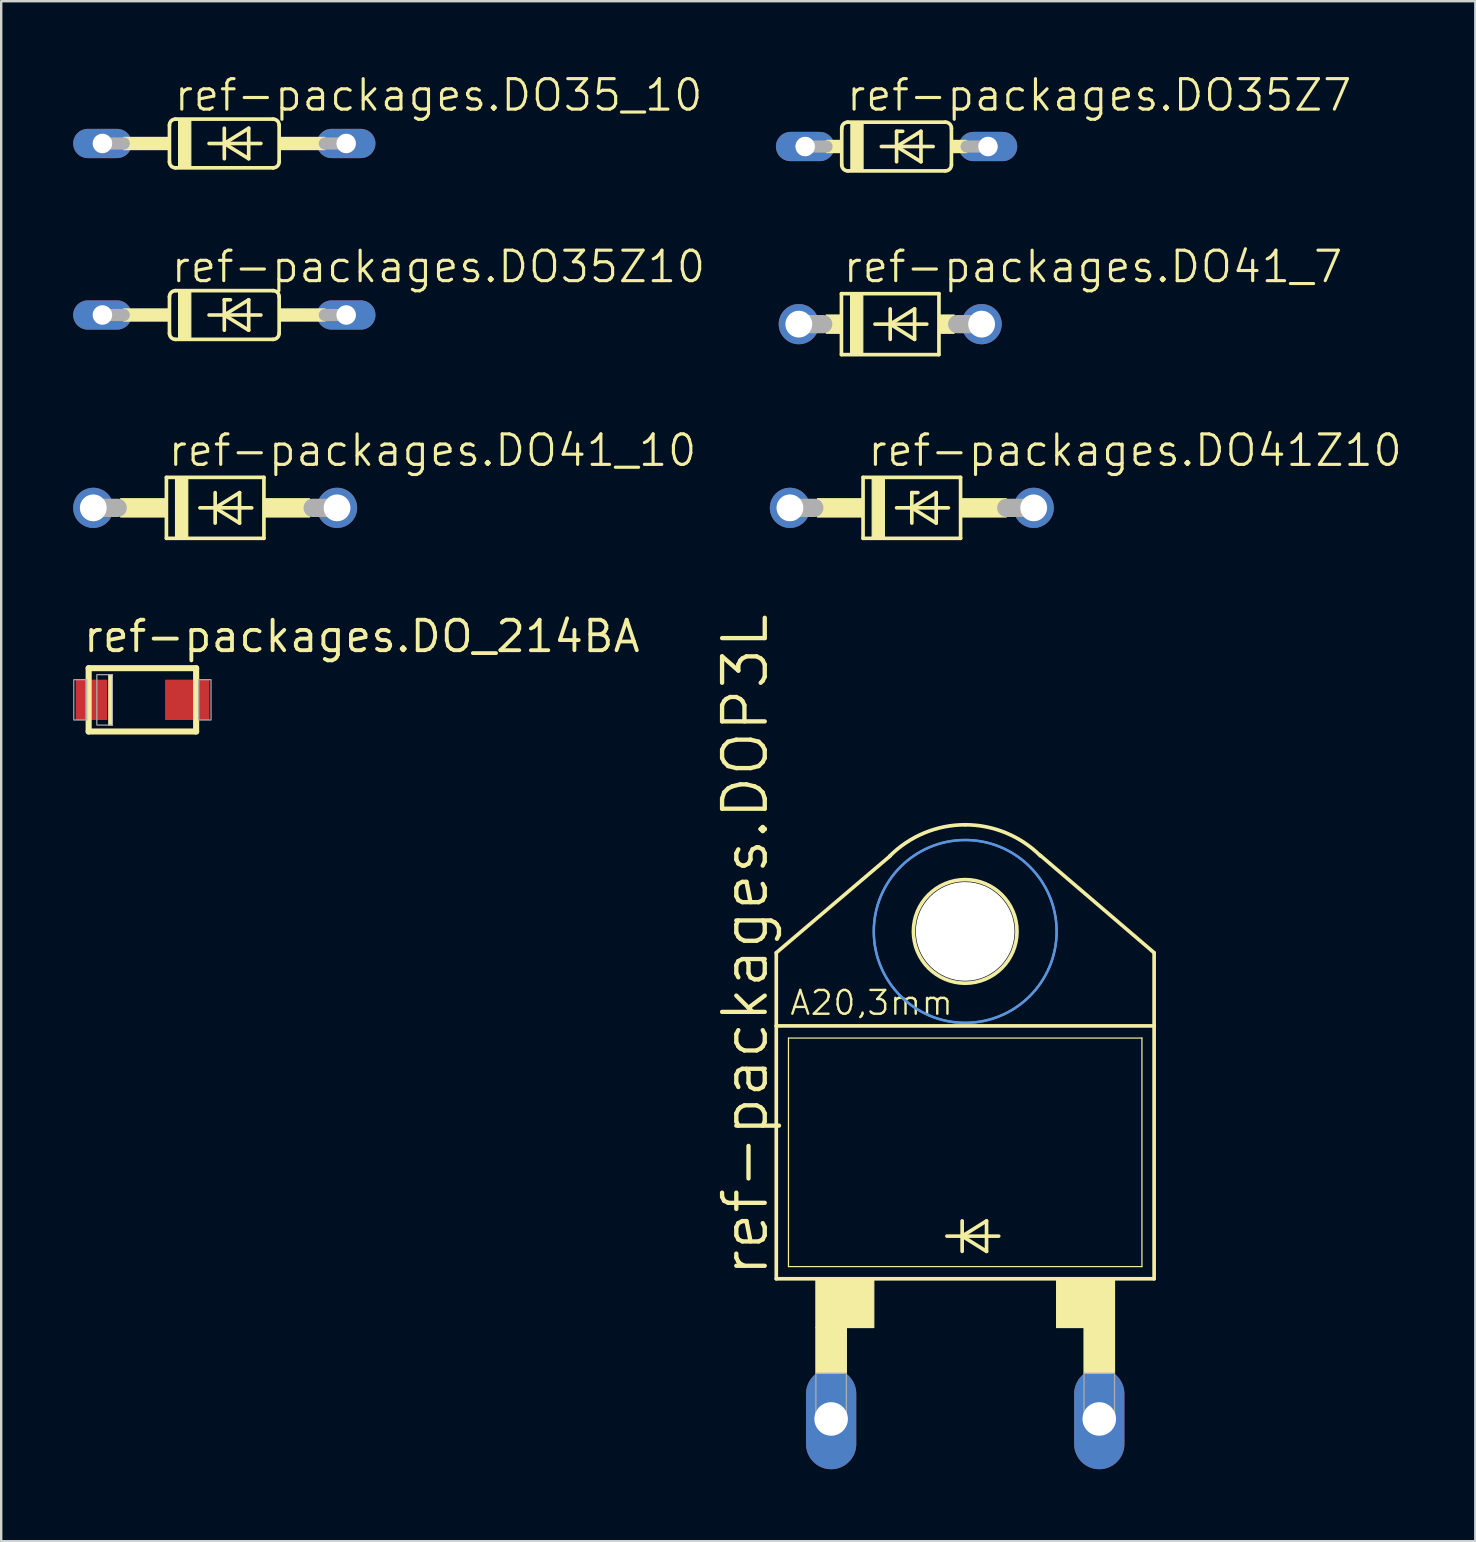
<source format=kicad_pcb>
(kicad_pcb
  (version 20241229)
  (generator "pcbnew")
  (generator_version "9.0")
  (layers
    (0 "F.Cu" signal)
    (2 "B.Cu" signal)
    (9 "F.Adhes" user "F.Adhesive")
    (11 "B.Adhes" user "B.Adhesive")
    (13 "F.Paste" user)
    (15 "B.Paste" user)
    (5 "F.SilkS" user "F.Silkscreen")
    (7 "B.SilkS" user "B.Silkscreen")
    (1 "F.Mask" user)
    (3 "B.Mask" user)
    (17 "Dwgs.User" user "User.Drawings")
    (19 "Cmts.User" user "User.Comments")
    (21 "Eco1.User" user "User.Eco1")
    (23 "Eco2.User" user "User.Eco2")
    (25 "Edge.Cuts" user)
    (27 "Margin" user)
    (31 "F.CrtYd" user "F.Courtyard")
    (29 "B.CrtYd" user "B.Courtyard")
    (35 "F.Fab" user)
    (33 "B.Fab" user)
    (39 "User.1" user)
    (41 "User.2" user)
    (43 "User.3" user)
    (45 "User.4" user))
  (footprint "ref-packages.DO35Z7"
    (layer "F.Cu")
    (at 34.319 3.057)
    (property "Reference" "ref-packages.DO35Z7" (at -2.159 -1.397 0) (layer "F.SilkS") (effects (font (size 1.27 1.27) (thickness 0.13)) (justify left bottom)))
    (attr through_hole)
    (fp_line (start -2.286 -0.762) (end -2.286 0.762) (stroke (width 0.152) (type default)) (layer "F.SilkS"))
    (fp_line (start -2.032 -1.016) (end 2.032 -1.016) (stroke (width 0.152) (type default)) (layer "F.SilkS"))
    (fp_line (start -2.032 1.016) (end 2.032 1.016) (stroke (width 0.152) (type default)) (layer "F.SilkS"))
    (fp_line (start -0.635 0) (end 0 0) (stroke (width 0.152) (type default)) (layer "F.SilkS"))
    (fp_line (start 0 -0.635) (end 0 0) (stroke (width 0.152) (type default)) (layer "F.SilkS"))
    (fp_line (start 0 0) (end 0 0.635) (stroke (width 0.152) (type default)) (layer "F.SilkS"))
    (fp_line (start 0 0) (end 1.016 -0.635) (stroke (width 0.152) (type default)) (layer "F.SilkS"))
    (fp_line (start 0 0) (end 1.524 0) (stroke (width 0.152) (type default)) (layer "F.SilkS"))
    (fp_line (start 0.254 -0.635) (end 0 -0.635) (stroke (width 0.152) (type default)) (layer "F.SilkS"))
    (fp_line (start 1.016 -0.635) (end 1.016 0.635) (stroke (width 0.152) (type default)) (layer "F.SilkS"))
    (fp_line (start 1.016 0.635) (end 0 0) (stroke (width 0.152) (type default)) (layer "F.SilkS"))
    (fp_line (start 2.286 -0.762) (end 2.286 0.762) (stroke (width 0.152) (type default)) (layer "F.SilkS"))
    (fp_rect (start -2.921 0.254) (end -2.286 -0.254) (stroke (width 0.05) (type default)) (fill yes) (layer "F.SilkS"))
    (fp_rect (start -1.905 1.016) (end -1.397 -1.016) (stroke (width 0.05) (type default)) (fill yes) (layer "F.SilkS"))
    (fp_rect (start 2.286 0.254) (end 2.921 -0.254) (stroke (width 0.05) (type default)) (fill yes) (layer "F.SilkS"))
    (fp_arc (start -2.286 -0.762) (mid -2.211605 -0.941605) (end -2.032 -1.016) (stroke (width 0.1524) (type default)) (layer "F.SilkS"))
    (fp_arc (start -2.032 1.016) (mid -2.211605 0.941605) (end -2.286 0.762) (stroke (width 0.1524) (type default)) (layer "F.SilkS"))
    (fp_arc (start 2.032 -1.016) (mid 2.211605 -0.941605) (end 2.286 -0.762) (stroke (width 0.1524) (type default)) (layer "F.SilkS"))
    (fp_arc (start 2.286 0.762) (mid 2.211605 0.941605) (end 2.032 1.016) (stroke (width 0.1524) (type default)) (layer "F.SilkS"))
    (fp_line (start -3.81 0) (end -2.921 0) (stroke (width 0.508) (type default)) (layer "F.Fab"))
    (fp_line (start 3.81 0) (end 2.921 0) (stroke (width 0.508) (type default)) (layer "F.Fab"))
    (pad "A" thru_hole oval (at 3.81 0) (size 2.438 1.219) (drill 0.813) (layers "*.Cu" "*.Mask"))
    (pad "C" thru_hole oval (at -3.81 0) (size 2.438 1.219) (drill 0.813) (layers "*.Cu" "*.Mask")))
  (footprint "ref-packages.DO41_7"
    (layer "F.Cu")
    (at 34.053 10.46)
    (property "Reference" "ref-packages.DO41_7" (at -2.032 -1.651 0) (layer "F.SilkS") (effects (font (size 1.27 1.27) (thickness 0.13)) (justify left bottom)))
    (attr through_hole)
    (fp_line (start -2.032 -1.27) (end -2.032 1.27) (stroke (width 0.152) (type default)) (layer "F.SilkS"))
    (fp_line (start -2.032 -1.27) (end 2.032 -1.27) (stroke (width 0.152) (type default)) (layer "F.SilkS"))
    (fp_line (start -0.635 0) (end 0 0) (stroke (width 0.152) (type default)) (layer "F.SilkS"))
    (fp_line (start 0 -0.635) (end 0 0) (stroke (width 0.152) (type default)) (layer "F.SilkS"))
    (fp_line (start 0 0) (end 0 0.635) (stroke (width 0.152) (type default)) (layer "F.SilkS"))
    (fp_line (start 0 0) (end 1.016 -0.635) (stroke (width 0.152) (type default)) (layer "F.SilkS"))
    (fp_line (start 0 0) (end 1.524 0) (stroke (width 0.152) (type default)) (layer "F.SilkS"))
    (fp_line (start 1.016 -0.635) (end 1.016 0.635) (stroke (width 0.152) (type default)) (layer "F.SilkS"))
    (fp_line (start 1.016 0.635) (end 0 0) (stroke (width 0.152) (type default)) (layer "F.SilkS"))
    (fp_line (start 2.032 1.27) (end -2.032 1.27) (stroke (width 0.152) (type default)) (layer "F.SilkS"))
    (fp_line (start 2.032 1.27) (end 2.032 -1.27) (stroke (width 0.152) (type default)) (layer "F.SilkS"))
    (fp_rect (start -2.667 0.381) (end -2.032 -0.381) (stroke (width 0.05) (type default)) (fill yes) (layer "F.SilkS"))
    (fp_rect (start -1.651 1.27) (end -1.143 -1.27) (stroke (width 0.05) (type default)) (fill yes) (layer "F.SilkS"))
    (fp_rect (start 2.032 0.381) (end 2.667 -0.381) (stroke (width 0.05) (type default)) (fill yes) (layer "F.SilkS"))
    (fp_line (start -3.81 0) (end -2.794 0) (stroke (width 0.762) (type default)) (layer "F.Fab"))
    (fp_line (start 3.81 0) (end 2.794 0) (stroke (width 0.762) (type default)) (layer "F.Fab"))
    (pad "A" thru_hole circle (at 3.81 0) (size 1.676 1.676) (drill 1.118) (layers "*.Cu" "*.Mask"))
    (pad "C" thru_hole circle (at -3.81 0) (size 1.676 1.676) (drill 1.118) (layers "*.Cu" "*.Mask")))
  (footprint "ref-packages.DO35Z10"
    (layer "F.Cu")
    (at 6.299 10.079)
    (property "Reference" "ref-packages.DO35Z10" (at -2.286 -1.27 0) (layer "F.SilkS") (effects (font (size 1.27 1.27) (thickness 0.13)) (justify left bottom)))
    (attr through_hole)
    (fp_line (start -2.286 -0.762) (end -2.286 0.762) (stroke (width 0.152) (type default)) (layer "F.SilkS"))
    (fp_line (start -2.032 -1.016) (end 2.032 -1.016) (stroke (width 0.152) (type default)) (layer "F.SilkS"))
    (fp_line (start -2.032 1.016) (end 2.032 1.016) (stroke (width 0.152) (type default)) (layer "F.SilkS"))
    (fp_line (start -0.635 0) (end 0 0) (stroke (width 0.152) (type default)) (layer "F.SilkS"))
    (fp_line (start 0 -0.635) (end 0 0) (stroke (width 0.152) (type default)) (layer "F.SilkS"))
    (fp_line (start 0 0) (end 0 0.635) (stroke (width 0.152) (type default)) (layer "F.SilkS"))
    (fp_line (start 0 0) (end 1.016 -0.635) (stroke (width 0.152) (type default)) (layer "F.SilkS"))
    (fp_line (start 0 0) (end 1.524 0) (stroke (width 0.152) (type default)) (layer "F.SilkS"))
    (fp_line (start 0.254 -0.635) (end 0 -0.635) (stroke (width 0.152) (type default)) (layer "F.SilkS"))
    (fp_line (start 1.016 -0.635) (end 1.016 0.635) (stroke (width 0.152) (type default)) (layer "F.SilkS"))
    (fp_line (start 1.016 0.635) (end 0 0) (stroke (width 0.152) (type default)) (layer "F.SilkS"))
    (fp_line (start 2.286 -0.762) (end 2.286 0.762) (stroke (width 0.152) (type default)) (layer "F.SilkS"))
    (fp_rect (start -4.191 0.254) (end -2.286 -0.254) (stroke (width 0.05) (type default)) (fill yes) (layer "F.SilkS"))
    (fp_rect (start -1.905 1.016) (end -1.397 -1.016) (stroke (width 0.05) (type default)) (fill yes) (layer "F.SilkS"))
    (fp_rect (start 2.286 0.254) (end 4.191 -0.254) (stroke (width 0.05) (type default)) (fill yes) (layer "F.SilkS"))
    (fp_arc (start -2.286 -0.762) (mid -2.211605 -0.941605) (end -2.032 -1.016) (stroke (width 0.1524) (type default)) (layer "F.SilkS"))
    (fp_arc (start -2.032 1.016) (mid -2.211605 0.941605) (end -2.286 0.762) (stroke (width 0.1524) (type default)) (layer "F.SilkS"))
    (fp_arc (start 2.032 -1.016) (mid 2.211605 -0.941605) (end 2.286 -0.762) (stroke (width 0.1524) (type default)) (layer "F.SilkS"))
    (fp_arc (start 2.286 0.762) (mid 2.211605 0.941605) (end 2.032 1.016) (stroke (width 0.1524) (type default)) (layer "F.SilkS"))
    (fp_line (start -5.08 0) (end -4.191 0) (stroke (width 0.508) (type default)) (layer "F.Fab"))
    (fp_line (start 5.08 0) (end 4.191 0) (stroke (width 0.508) (type default)) (layer "F.Fab"))
    (pad "A" thru_hole oval (at 5.08 0) (size 2.438 1.219) (drill 0.813) (layers "*.Cu" "*.Mask"))
    (pad "C" thru_hole oval (at -5.08 0) (size 2.438 1.219) (drill 0.813) (layers "*.Cu" "*.Mask")))
  (footprint "ref-packages.DO41Z10"
    (layer "F.Cu")
    (at 34.954 18.117)
    (property "Reference" "ref-packages.DO41Z10" (at -1.905 -1.651 0) (layer "F.SilkS") (effects (font (size 1.27 1.27) (thickness 0.13)) (justify left bottom)))
    (attr through_hole)
    (fp_line (start -2.032 -1.27) (end -2.032 1.27) (stroke (width 0.152) (type default)) (layer "F.SilkS"))
    (fp_line (start -2.032 -1.27) (end 2.032 -1.27) (stroke (width 0.152) (type default)) (layer "F.SilkS"))
    (fp_line (start -0.635 0) (end 0 0) (stroke (width 0.152) (type default)) (layer "F.SilkS"))
    (fp_line (start 0 -0.635) (end 0 0) (stroke (width 0.152) (type default)) (layer "F.SilkS"))
    (fp_line (start 0 0) (end 0 0.635) (stroke (width 0.152) (type default)) (layer "F.SilkS"))
    (fp_line (start 0 0) (end 1.016 -0.635) (stroke (width 0.152) (type default)) (layer "F.SilkS"))
    (fp_line (start 0 0) (end 1.524 0) (stroke (width 0.152) (type default)) (layer "F.SilkS"))
    (fp_line (start 0.254 -0.635) (end 0 -0.635) (stroke (width 0.152) (type default)) (layer "F.SilkS"))
    (fp_line (start 1.016 -0.635) (end 1.016 0.635) (stroke (width 0.152) (type default)) (layer "F.SilkS"))
    (fp_line (start 1.016 0.635) (end 0 0) (stroke (width 0.152) (type default)) (layer "F.SilkS"))
    (fp_line (start 2.032 1.27) (end -2.032 1.27) (stroke (width 0.152) (type default)) (layer "F.SilkS"))
    (fp_line (start 2.032 1.27) (end 2.032 -1.27) (stroke (width 0.152) (type default)) (layer "F.SilkS"))
    (fp_rect (start -3.937 0.381) (end -2.032 -0.381) (stroke (width 0.05) (type default)) (fill yes) (layer "F.SilkS"))
    (fp_rect (start -1.651 1.27) (end -1.143 -1.27) (stroke (width 0.05) (type default)) (fill yes) (layer "F.SilkS"))
    (fp_rect (start 2.032 0.381) (end 3.937 -0.381) (stroke (width 0.05) (type default)) (fill yes) (layer "F.SilkS"))
    (fp_line (start -5.08 0) (end -4.064 0) (stroke (width 0.762) (type default)) (layer "F.Fab"))
    (fp_line (start 5.08 0) (end 3.937 0) (stroke (width 0.762) (type default)) (layer "F.Fab"))
    (pad "A" thru_hole circle (at 5.08 0) (size 1.676 1.676) (drill 1.118) (layers "*.Cu" "*.Mask"))
    (pad "C" thru_hole circle (at -5.08 0) (size 1.676 1.676) (drill 1.118) (layers "*.Cu" "*.Mask")))
  (footprint "ref-packages.DO_214BA"
    (layer "F.Cu")
    (at 2.885 26.119)
    (property "Reference" "ref-packages.DO_214BA" (at -2.54 -1.905 0) (layer "F.SilkS") (effects (font (size 1.27 1.27) (thickness 0.16)) (justify left bottom)))
    (attr smd)
    (fp_line (start -2.24 -1.32) (end 2.24 -1.32) (stroke (width 0.254) (type default)) (layer "F.SilkS"))
    (fp_line (start -2.24 1.32) (end -2.24 -1.32) (stroke (width 0.254) (type default)) (layer "F.SilkS"))
    (fp_line (start 2.24 -1.32) (end 2.24 1.32) (stroke (width 0.254) (type default)) (layer "F.SilkS"))
    (fp_line (start 2.24 1.32) (end -2.24 1.32) (stroke (width 0.254) (type default)) (layer "F.SilkS"))
    (fp_rect (start -1.4 1.05) (end -1.25 -1.05) (stroke (width 0.05) (type default)) (fill yes) (layer "F.SilkS"))
    (fp_rect (start -2.86 0.84) (end -2.32 -0.84) (stroke (width 0.05) (type default)) (fill no) (layer "F.Fab"))
    (fp_rect (start -1.9 1.05) (end -1.25 -1.05) (stroke (width 0.05) (type default)) (fill no) (layer "F.Fab"))
    (fp_rect (start 2.34 0.84) (end 2.86 -0.84) (stroke (width 0.05) (type default)) (fill no) (layer "F.Fab"))
    (pad "A" smd roundrect (at 1.87 0) (size 1.85 1.68) (layers "F.Cu" "F.Mask" "F.Paste") (roundrect_rratio 0.01))
    (pad "C" smd roundrect (at -2.12 0) (size 1.32 1.68) (layers "F.Cu" "F.Mask" "F.Paste") (roundrect_rratio 0.01)))
  (footprint "ref-packages.DO41_10"
    (layer "F.Cu")
    (at 5.918 18.117)
    (property "Reference" "ref-packages.DO41_10" (at -2.032 -1.651 0) (layer "F.SilkS") (effects (font (size 1.27 1.27) (thickness 0.13)) (justify left bottom)))
    (attr through_hole)
    (fp_line (start -2.032 -1.27) (end -2.032 1.27) (stroke (width 0.152) (type default)) (layer "F.SilkS"))
    (fp_line (start -2.032 -1.27) (end 2.032 -1.27) (stroke (width 0.152) (type default)) (layer "F.SilkS"))
    (fp_line (start -0.635 0) (end 0 0) (stroke (width 0.152) (type default)) (layer "F.SilkS"))
    (fp_line (start 0 -0.635) (end 0 0) (stroke (width 0.152) (type default)) (layer "F.SilkS"))
    (fp_line (start 0 0) (end 0 0.635) (stroke (width 0.152) (type default)) (layer "F.SilkS"))
    (fp_line (start 0 0) (end 1.016 -0.635) (stroke (width 0.152) (type default)) (layer "F.SilkS"))
    (fp_line (start 0 0) (end 1.524 0) (stroke (width 0.152) (type default)) (layer "F.SilkS"))
    (fp_line (start 1.016 -0.635) (end 1.016 0.635) (stroke (width 0.152) (type default)) (layer "F.SilkS"))
    (fp_line (start 1.016 0.635) (end 0 0) (stroke (width 0.152) (type default)) (layer "F.SilkS"))
    (fp_line (start 2.032 1.27) (end -2.032 1.27) (stroke (width 0.152) (type default)) (layer "F.SilkS"))
    (fp_line (start 2.032 1.27) (end 2.032 -1.27) (stroke (width 0.152) (type default)) (layer "F.SilkS"))
    (fp_rect (start -3.937 0.381) (end -2.032 -0.381) (stroke (width 0.05) (type default)) (fill yes) (layer "F.SilkS"))
    (fp_rect (start -1.651 1.27) (end -1.143 -1.27) (stroke (width 0.05) (type default)) (fill yes) (layer "F.SilkS"))
    (fp_rect (start 2.032 0.381) (end 3.937 -0.381) (stroke (width 0.05) (type default)) (fill yes) (layer "F.SilkS"))
    (fp_line (start -5.08 0) (end -4.064 0) (stroke (width 0.762) (type default)) (layer "F.Fab"))
    (fp_line (start 5.08 0) (end 4.064 0) (stroke (width 0.762) (type default)) (layer "F.Fab"))
    (pad "A" thru_hole circle (at 5.08 0) (size 1.676 1.676) (drill 1.118) (layers "*.Cu" "*.Mask"))
    (pad "C" thru_hole circle (at -5.08 0) (size 1.676 1.676) (drill 1.118) (layers "*.Cu" "*.Mask")))
  (footprint "ref-packages.DOP3L"
    (layer "F.Cu")
    (at 37.179 48.471)
    (property "Reference" "ref-packages.DOP3L" (at -8.128 1.778 90) (layer "F.SilkS") (effects (font (size 1.778 1.778) (thickness 0.18)) (justify left bottom)))
    (attr through_hole)
    (fp_line (start -7.874 -11.811) (end -3.124 -15.85) (stroke (width 0.152) (type default)) (layer "F.SilkS"))
    (fp_line (start -7.874 -8.763) (end -7.874 -11.811) (stroke (width 0.152) (type default)) (layer "F.SilkS"))
    (fp_line (start -7.874 1.778) (end -7.874 -8.763) (stroke (width 0.152) (type default)) (layer "F.SilkS"))
    (fp_line (start -7.874 1.778) (end 7.874 1.778) (stroke (width 0.152) (type default)) (layer "F.SilkS"))
    (fp_line (start -7.366 1.27) (end -7.366 -8.255) (stroke (width 0.051) (type default)) (layer "F.SilkS"))
    (fp_line (start -7.366 1.27) (end 7.366 1.27) (stroke (width 0.051) (type default)) (layer "F.SilkS"))
    (fp_line (start -0.762 0) (end -0.127 0) (stroke (width 0.152) (type default)) (layer "F.SilkS"))
    (fp_line (start -0.127 -0.635) (end -0.127 0) (stroke (width 0.152) (type default)) (layer "F.SilkS"))
    (fp_line (start -0.127 0) (end -0.127 0.635) (stroke (width 0.152) (type default)) (layer "F.SilkS"))
    (fp_line (start -0.127 0) (end 0.889 -0.635) (stroke (width 0.152) (type default)) (layer "F.SilkS"))
    (fp_line (start -0.127 0) (end 1.397 0) (stroke (width 0.152) (type default)) (layer "F.SilkS"))
    (fp_line (start 0.889 -0.635) (end 0.889 0.635) (stroke (width 0.152) (type default)) (layer "F.SilkS"))
    (fp_line (start 0.889 0.635) (end -0.127 0) (stroke (width 0.152) (type default)) (layer "F.SilkS"))
    (fp_line (start 7.366 -8.255) (end -7.366 -8.255) (stroke (width 0.051) (type default)) (layer "F.SilkS"))
    (fp_line (start 7.366 -8.255) (end 7.366 1.27) (stroke (width 0.051) (type default)) (layer "F.SilkS"))
    (fp_line (start 7.874 -11.811) (end 3.124 -15.875) (stroke (width 0.152) (type default)) (layer "F.SilkS"))
    (fp_line (start 7.874 -8.763) (end -7.874 -8.763) (stroke (width 0.152) (type default)) (layer "F.SilkS"))
    (fp_line (start 7.874 -8.763) (end 7.874 -11.811) (stroke (width 0.152) (type default)) (layer "F.SilkS"))
    (fp_line (start 7.874 -8.763) (end 7.874 1.778) (stroke (width 0.152) (type default)) (layer "F.SilkS"))
    (fp_rect (start -6.223 3.81) (end -3.81 1.778) (stroke (width 0.05) (type default)) (fill yes) (layer "F.SilkS"))
    (fp_rect (start -6.223 5.715) (end -4.953 3.81) (stroke (width 0.05) (type default)) (fill yes) (layer "F.SilkS"))
    (fp_rect (start 3.81 3.81) (end 6.223 1.778) (stroke (width 0.05) (type default)) (fill yes) (layer "F.SilkS"))
    (fp_rect (start 4.953 5.715) (end 6.223 3.81) (stroke (width 0.05) (type default)) (fill yes) (layer "F.SilkS"))
    (fp_arc (start -3.1431 -15.8431) (mid -1.701032 -16.806651) (end 0 -17.145) (stroke (width 0.1524) (type default)) (layer "F.SilkS"))
    (fp_arc (start 0 -17.145) (mid 1.701032 -16.806651) (end 3.1431 -15.8431) (stroke (width 0.1524) (type default)) (layer "F.SilkS"))
    (fp_circle (center 0 -12.7) (end 2.159 -12.7) (stroke (width 0.152) (type default)) (fill no) (layer "F.SilkS"))
    (fp_circle (center 0 -12.7) (end 3.81 -12.7) (stroke (width 0.1) (type default)) (fill no) (layer "Cmts.User"))
    (fp_circle (center 0 -12.7) (end 3.81 -12.7) (stroke (width 0.1) (type default)) (fill no) (layer "Cmts.User"))
    (fp_rect (start -6.223 7.62) (end -4.953 5.715) (stroke (width 0.05) (type default)) (fill no) (layer "F.Fab"))
    (fp_rect (start 4.953 7.62) (end 6.223 5.715) (stroke (width 0.05) (type default)) (fill no) (layer "F.Fab"))
    (fp_text user "A20,3mm" (at -7.366 -9.144 0) (layer "F.SilkS") (effects (font (size 0.991 0.991) (thickness 0.1)) (justify left bottom)))
    (pad "" np_thru_hole circle (at 0 -12.7) (size 4.115 4.115) (drill 4.115) (layers "*.Cu" "*.Mask"))
    (pad "A" thru_hole oval (at 5.588 7.62 90) (size 4.191 2.095) (drill 1.397) (layers "*.Cu" "*.Mask"))
    (pad "C" thru_hole oval (at -5.588 7.62 90) (size 4.191 2.095) (drill 1.397) (layers "*.Cu" "*.Mask")))
  (footprint "ref-packages.DO35_10"
    (layer "F.Cu")
    (at 6.299 2.93)
    (property "Reference" "ref-packages.DO35_10" (at -2.159 -1.27 0) (layer "F.SilkS") (effects (font (size 1.27 1.27) (thickness 0.13)) (justify left bottom)))
    (attr through_hole)
    (fp_line (start -2.286 -0.762) (end -2.286 0.762) (stroke (width 0.152) (type default)) (layer "F.SilkS"))
    (fp_line (start -2.032 -1.016) (end 2.032 -1.016) (stroke (width 0.152) (type default)) (layer "F.SilkS"))
    (fp_line (start -2.032 1.016) (end 2.032 1.016) (stroke (width 0.152) (type default)) (layer "F.SilkS"))
    (fp_line (start -0.635 0) (end 0 0) (stroke (width 0.152) (type default)) (layer "F.SilkS"))
    (fp_line (start 0 -0.635) (end 0 0) (stroke (width 0.152) (type default)) (layer "F.SilkS"))
    (fp_line (start 0 0) (end 0 0.635) (stroke (width 0.152) (type default)) (layer "F.SilkS"))
    (fp_line (start 0 0) (end 1.016 -0.635) (stroke (width 0.152) (type default)) (layer "F.SilkS"))
    (fp_line (start 0 0) (end 1.524 0) (stroke (width 0.152) (type default)) (layer "F.SilkS"))
    (fp_line (start 1.016 -0.635) (end 1.016 0.635) (stroke (width 0.152) (type default)) (layer "F.SilkS"))
    (fp_line (start 1.016 0.635) (end 0 0) (stroke (width 0.152) (type default)) (layer "F.SilkS"))
    (fp_line (start 2.286 0.762) (end 2.286 -0.762) (stroke (width 0.152) (type default)) (layer "F.SilkS"))
    (fp_rect (start -4.191 0.254) (end -2.286 -0.254) (stroke (width 0.05) (type default)) (fill yes) (layer "F.SilkS"))
    (fp_rect (start -1.905 1.016) (end -1.397 -1.016) (stroke (width 0.05) (type default)) (fill yes) (layer "F.SilkS"))
    (fp_rect (start 2.286 0.254) (end 4.191 -0.254) (stroke (width 0.05) (type default)) (fill yes) (layer "F.SilkS"))
    (fp_arc (start -2.286 -0.762) (mid -2.211605 -0.941605) (end -2.032 -1.016) (stroke (width 0.1524) (type default)) (layer "F.SilkS"))
    (fp_arc (start -2.032 1.016) (mid -2.211605 0.941605) (end -2.286 0.762) (stroke (width 0.1524) (type default)) (layer "F.SilkS"))
    (fp_arc (start 2.032 -1.016) (mid 2.211605 -0.941605) (end 2.286 -0.762) (stroke (width 0.1524) (type default)) (layer "F.SilkS"))
    (fp_arc (start 2.286 0.762) (mid 2.211605 0.941605) (end 2.032 1.016) (stroke (width 0.1524) (type default)) (layer "F.SilkS"))
    (fp_line (start -5.08 0) (end -4.191 0) (stroke (width 0.508) (type default)) (layer "F.Fab"))
    (fp_line (start 5.08 0) (end 4.191 0) (stroke (width 0.508) (type default)) (layer "F.Fab"))
    (pad "A" thru_hole oval (at 5.08 0) (size 2.438 1.219) (drill 0.813) (layers "*.Cu" "*.Mask"))
    (pad "C" thru_hole oval (at -5.08 0) (size 2.438 1.219) (drill 0.813) (layers "*.Cu" "*.Mask")))
  (gr_rect
    (start -3 -3)
    (end 58.44 61.187)
    (stroke (width 0.1) (type default))
    (fill no)
    (layer "Edge.Cuts")))
</source>
